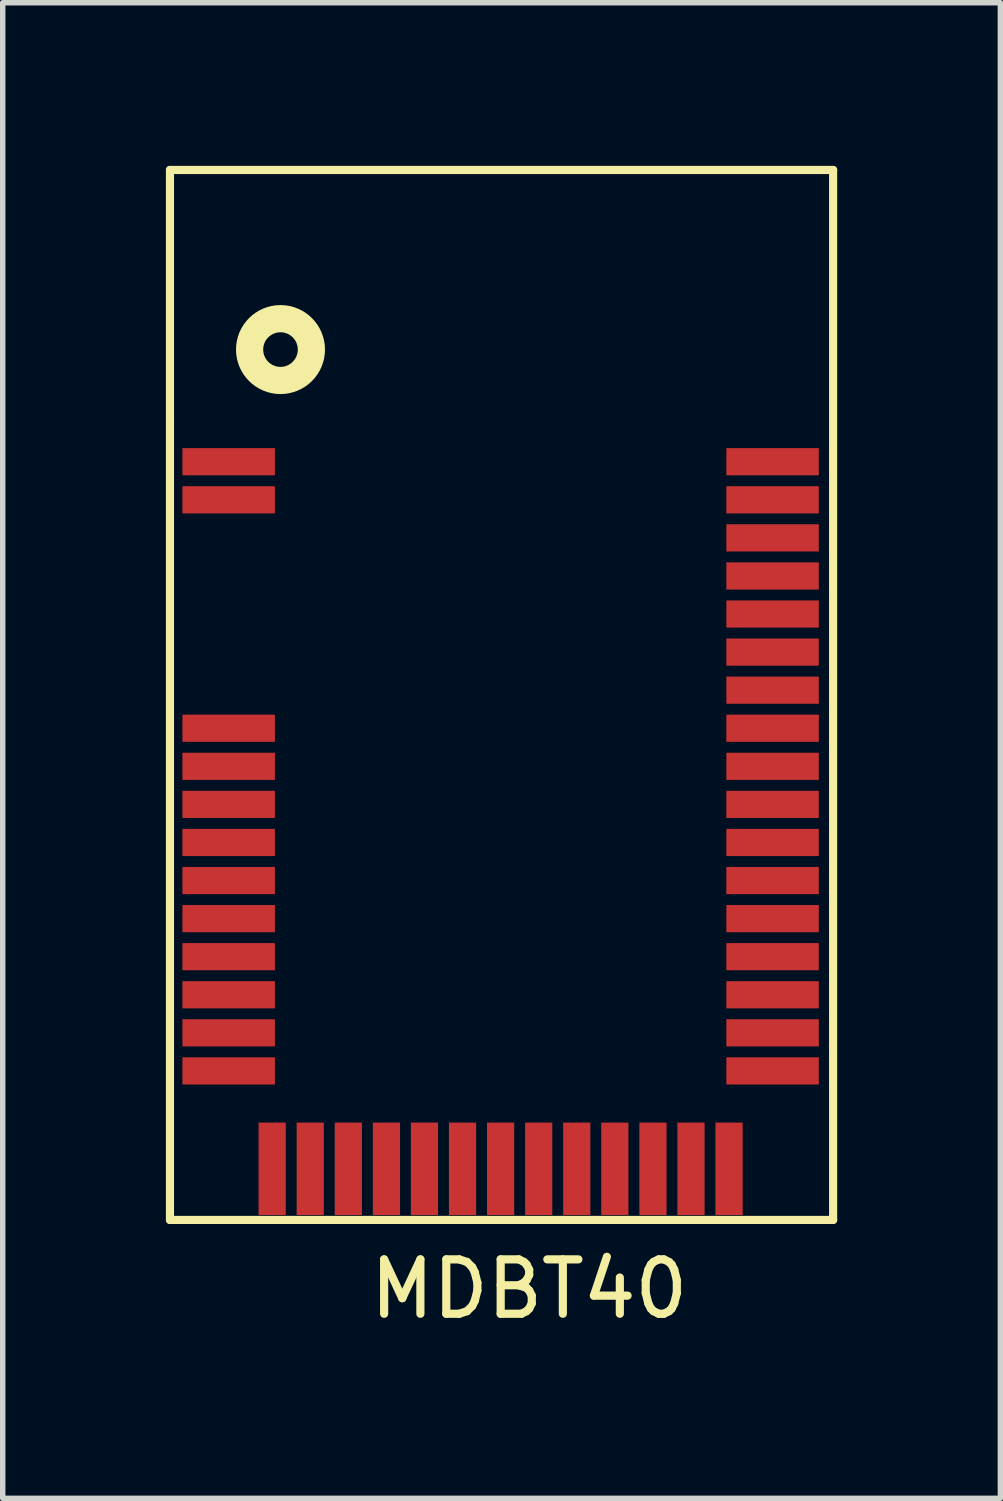
<source format=kicad_pcb>
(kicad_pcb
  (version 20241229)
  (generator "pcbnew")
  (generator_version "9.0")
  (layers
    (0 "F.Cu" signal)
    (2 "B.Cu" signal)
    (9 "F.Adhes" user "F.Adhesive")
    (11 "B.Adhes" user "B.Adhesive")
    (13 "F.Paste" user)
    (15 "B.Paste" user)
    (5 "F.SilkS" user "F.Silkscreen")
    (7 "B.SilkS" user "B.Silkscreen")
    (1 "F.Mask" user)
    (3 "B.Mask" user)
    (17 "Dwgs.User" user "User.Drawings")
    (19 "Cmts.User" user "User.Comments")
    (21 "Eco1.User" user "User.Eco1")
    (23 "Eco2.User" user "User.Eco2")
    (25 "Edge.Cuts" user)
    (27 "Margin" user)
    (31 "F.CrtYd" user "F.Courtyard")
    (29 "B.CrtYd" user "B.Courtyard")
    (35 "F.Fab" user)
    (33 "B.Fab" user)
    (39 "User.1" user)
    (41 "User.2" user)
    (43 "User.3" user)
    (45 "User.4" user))
  (footprint "MDBT40"
    (layer "F.Cu")
    (at 6.425 14.299)
    (property "Reference" "MDBT40" (at 0.254 6.35 0) (layer "F.SilkS") (effects (font (size 1 1) (thickness 0.15))))
    (attr through_hole)
    (fp_line (start -6.35 -14.224) (end -6.35 -9.652) (stroke (width 0.15) (type solid)) (layer "F.SilkS"))
    (fp_line (start -6.35 -9.652) (end -6.35 5.08) (stroke (width 0.15) (type solid)) (layer "F.SilkS"))
    (fp_line (start -6.35 5.08) (end 5.842 5.08) (stroke (width 0.15) (type solid)) (layer "F.SilkS"))
    (fp_line (start 5.842 -14.224) (end -6.35 -14.224) (stroke (width 0.15) (type solid)) (layer "F.SilkS"))
    (fp_line (start 5.842 5.08) (end 5.842 -14.224) (stroke (width 0.15) (type solid)) (layer "F.SilkS"))
    (fp_circle (center -4.318 -10.922) (end -4.826 -11.176) (stroke (width 0.5) (type solid)) (fill no) (layer "F.SilkS"))
    (pad "1" smd rect (at -5.271 -8.86) (size 1.7 0.5) (layers "F.Cu" "F.Mask" "F.Paste"))
    (pad "2" smd rect (at -5.271 -8.16) (size 1.7 0.5) (layers "F.Cu" "F.Mask" "F.Paste"))
    (pad "3" smd rect (at -5.271 -3.96) (size 1.7 0.5) (layers "F.Cu" "F.Mask" "F.Paste"))
    (pad "4" smd rect (at -5.271 -3.26) (size 1.7 0.5) (layers "F.Cu" "F.Mask" "F.Paste"))
    (pad "5" smd rect (at -5.271 -2.56) (size 1.7 0.5) (layers "F.Cu" "F.Mask" "F.Paste"))
    (pad "6" smd rect (at -5.271 -1.86) (size 1.7 0.5) (layers "F.Cu" "F.Mask" "F.Paste"))
    (pad "7" smd rect (at -5.271 -1.16) (size 1.7 0.5) (layers "F.Cu" "F.Mask" "F.Paste"))
    (pad "8" smd rect (at -5.271 -0.46) (size 1.7 0.5) (layers "F.Cu" "F.Mask" "F.Paste"))
    (pad "9" smd rect (at -5.271 0.24) (size 1.7 0.5) (layers "F.Cu" "F.Mask" "F.Paste"))
    (pad "10" smd rect (at -5.271 0.94) (size 1.7 0.5) (layers "F.Cu" "F.Mask" "F.Paste"))
    (pad "11" smd rect (at -5.271 1.64) (size 1.7 0.5) (layers "F.Cu" "F.Mask" "F.Paste"))
    (pad "12" smd rect (at -5.271 2.34) (size 1.7 0.5) (layers "F.Cu" "F.Mask" "F.Paste"))
    (pad "13" smd rect (at -4.471 4.14) (size 0.5 1.7) (layers "F.Cu" "F.Mask" "F.Paste"))
    (pad "14" smd rect (at -3.771 4.14) (size 0.5 1.7) (layers "F.Cu" "F.Mask" "F.Paste"))
    (pad "15" smd rect (at -3.071 4.14) (size 0.5 1.7) (layers "F.Cu" "F.Mask" "F.Paste"))
    (pad "16" smd rect (at -2.37 4.14) (size 0.5 1.7) (layers "F.Cu" "F.Mask" "F.Paste"))
    (pad "17" smd rect (at -1.671 4.14) (size 0.5 1.7) (layers "F.Cu" "F.Mask" "F.Paste"))
    (pad "18" smd rect (at -0.971 4.14) (size 0.5 1.7) (layers "F.Cu" "F.Mask" "F.Paste"))
    (pad "19" smd rect (at -0.271 4.14) (size 0.5 1.7) (layers "F.Cu" "F.Mask" "F.Paste"))
    (pad "20" smd rect (at 0.429 4.14) (size 0.5 1.7) (layers "F.Cu" "F.Mask" "F.Paste"))
    (pad "21" smd rect (at 1.129 4.14) (size 0.5 1.7) (layers "F.Cu" "F.Mask" "F.Paste"))
    (pad "22" smd rect (at 1.829 4.14) (size 0.5 1.7) (layers "F.Cu" "F.Mask" "F.Paste"))
    (pad "23" smd rect (at 2.53 4.14) (size 0.5 1.7) (layers "F.Cu" "F.Mask" "F.Paste"))
    (pad "24" smd rect (at 3.229 4.14) (size 0.5 1.7) (layers "F.Cu" "F.Mask" "F.Paste"))
    (pad "25" smd rect (at 3.929 4.14) (size 0.5 1.7) (layers "F.Cu" "F.Mask" "F.Paste"))
    (pad "26" smd rect (at 4.729 2.34) (size 1.7 0.5) (layers "F.Cu" "F.Mask" "F.Paste"))
    (pad "27" smd rect (at 4.729 1.64) (size 1.7 0.5) (layers "F.Cu" "F.Mask" "F.Paste"))
    (pad "28" smd rect (at 4.729 0.94) (size 1.7 0.5) (layers "F.Cu" "F.Mask" "F.Paste"))
    (pad "29" smd rect (at 4.729 0.24) (size 1.7 0.5) (layers "F.Cu" "F.Mask" "F.Paste"))
    (pad "30" smd rect (at 4.729 -0.46) (size 1.7 0.5) (layers "F.Cu" "F.Mask" "F.Paste"))
    (pad "31" smd rect (at 4.729 -1.16) (size 1.7 0.5) (layers "F.Cu" "F.Mask" "F.Paste"))
    (pad "32" smd rect (at 4.729 -1.86) (size 1.7 0.5) (layers "F.Cu" "F.Mask" "F.Paste"))
    (pad "33" smd rect (at 4.729 -2.56) (size 1.7 0.5) (layers "F.Cu" "F.Mask" "F.Paste"))
    (pad "34" smd rect (at 4.729 -3.26) (size 1.7 0.5) (layers "F.Cu" "F.Mask" "F.Paste"))
    (pad "35" smd rect (at 4.729 -3.96) (size 1.7 0.5) (layers "F.Cu" "F.Mask" "F.Paste"))
    (pad "36" smd rect (at 4.729 -4.66) (size 1.7 0.5) (layers "F.Cu" "F.Mask" "F.Paste"))
    (pad "37" smd rect (at 4.729 -5.36) (size 1.7 0.5) (layers "F.Cu" "F.Mask" "F.Paste"))
    (pad "38" smd rect (at 4.729 -6.06) (size 1.7 0.5) (layers "F.Cu" "F.Mask" "F.Paste"))
    (pad "39" smd rect (at 4.729 -6.76) (size 1.7 0.5) (layers "F.Cu" "F.Mask" "F.Paste"))
    (pad "40" smd rect (at 4.729 -7.46) (size 1.7 0.5) (layers "F.Cu" "F.Mask" "F.Paste"))
    (pad "41" smd rect (at 4.729 -8.16) (size 1.7 0.5) (layers "F.Cu" "F.Mask" "F.Paste"))
    (pad "42" smd rect (at 4.729 -8.86) (size 1.7 0.5) (layers "F.Cu" "F.Mask" "F.Paste")))
  (gr_rect
    (start -3 -3)
    (end 15.342 24.497)
    (stroke (width 0.1) (type default))
    (fill no)
    (layer "Edge.Cuts")))
</source>
